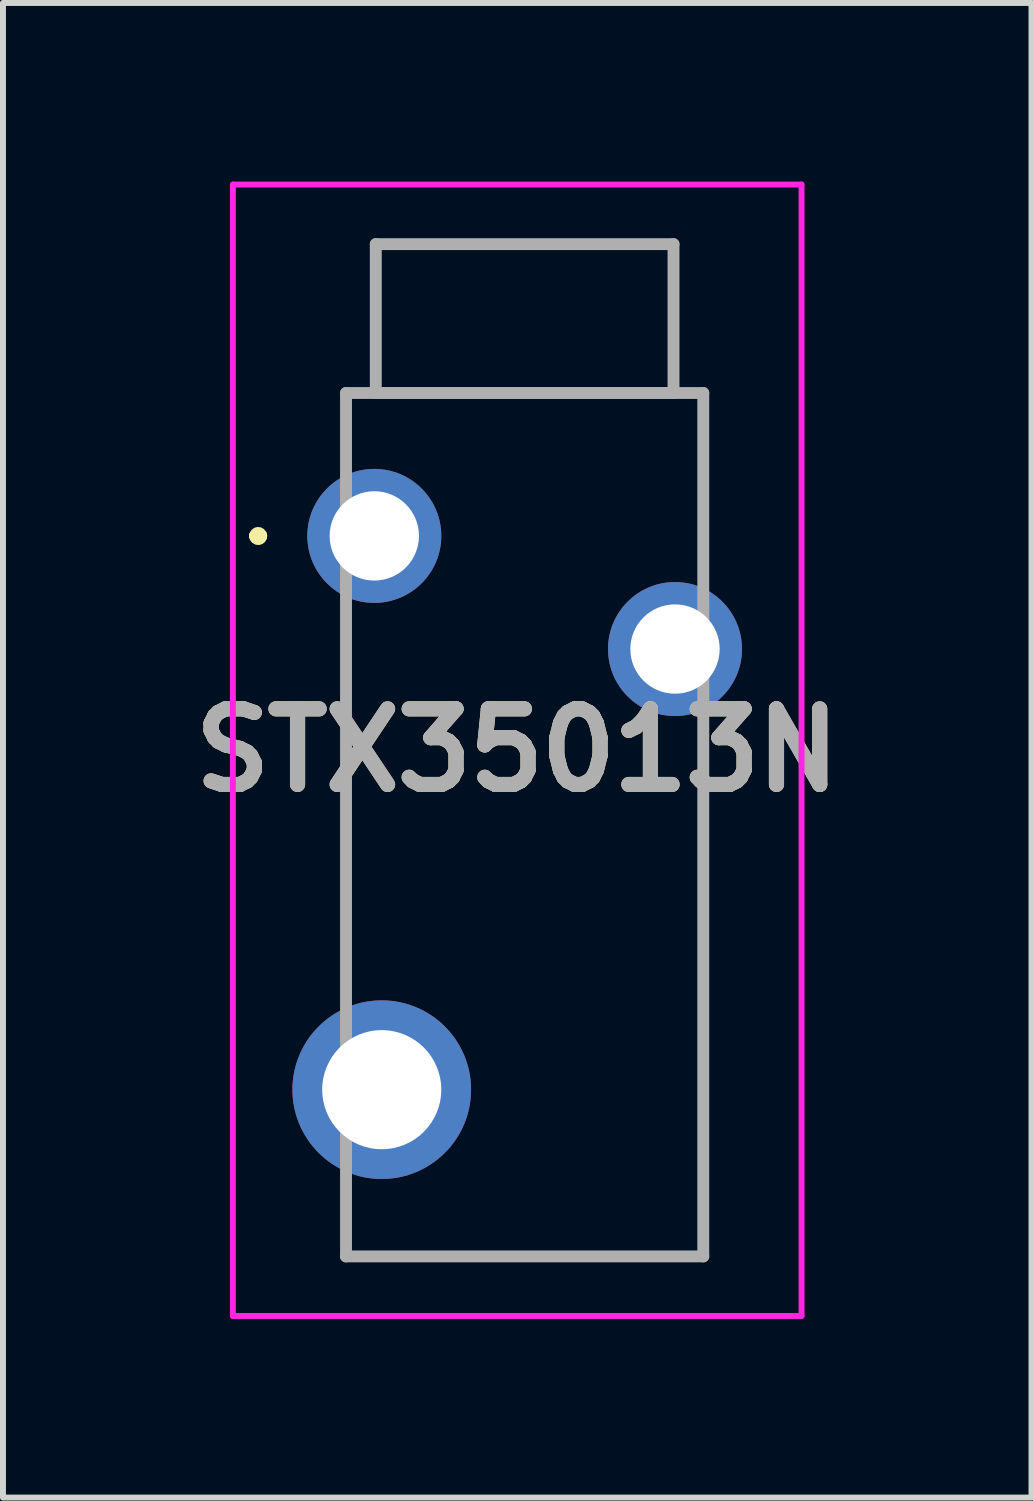
<source format=kicad_pcb>
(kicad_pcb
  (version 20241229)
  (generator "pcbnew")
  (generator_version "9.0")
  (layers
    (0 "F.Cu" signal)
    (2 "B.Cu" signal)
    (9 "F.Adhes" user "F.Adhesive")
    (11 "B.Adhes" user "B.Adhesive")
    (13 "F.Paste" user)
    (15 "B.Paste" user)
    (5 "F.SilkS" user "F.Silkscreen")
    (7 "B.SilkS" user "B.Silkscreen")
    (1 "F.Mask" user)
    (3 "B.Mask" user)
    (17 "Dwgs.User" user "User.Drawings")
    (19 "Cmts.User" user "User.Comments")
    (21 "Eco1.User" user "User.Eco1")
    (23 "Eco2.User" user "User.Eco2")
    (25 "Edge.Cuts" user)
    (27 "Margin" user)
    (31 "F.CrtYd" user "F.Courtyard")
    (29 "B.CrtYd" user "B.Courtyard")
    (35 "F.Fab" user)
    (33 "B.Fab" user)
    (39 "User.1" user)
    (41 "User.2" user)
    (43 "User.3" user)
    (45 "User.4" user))
  (footprint "STX35013N"
    (layer "F.Cu")
    (at 3.236 5.95)
    (property "Reference" "STX35013N" (at 2.4 3.6 0) (layer "F.SilkS") (effects (font (size 1.27 1.27) (thickness 0.254))))
    (attr through_hole)
    (fp_line (start -2 0) (end -2 0) (stroke (width 0.2) (type solid)) (layer "F.SilkS"))
    (fp_line (start -2 0) (end -2 0) (stroke (width 0.2) (type solid)) (layer "F.SilkS"))
    (fp_line (start -1.9 0) (end -1.9 0) (stroke (width 0.2) (type solid)) (layer "F.SilkS"))
    (fp_line (start -0.475 -2.4) (end -0.475 -2.4) (stroke (width 0.1) (type solid)) (layer "F.SilkS"))
    (fp_line (start -0.475 -2.4) (end -0.475 -2.4) (stroke (width 0.1) (type solid)) (layer "F.SilkS"))
    (fp_line (start -0.475 -2.4) (end -0.475 -1.4) (stroke (width 0.1) (type solid)) (layer "F.SilkS"))
    (fp_line (start -0.475 -2.4) (end 0 -2.4) (stroke (width 0.1) (type solid)) (layer "F.SilkS"))
    (fp_line (start -0.475 -1.4) (end -0.475 -2.4) (stroke (width 0.1) (type solid)) (layer "F.SilkS"))
    (fp_line (start -0.475 -1.4) (end -0.475 -1.4) (stroke (width 0.1) (type solid)) (layer "F.SilkS"))
    (fp_line (start -0.475 1.6) (end -0.475 1.6) (stroke (width 0.1) (type solid)) (layer "F.SilkS"))
    (fp_line (start -0.475 1.6) (end -0.475 7.35) (stroke (width 0.1) (type solid)) (layer "F.SilkS"))
    (fp_line (start -0.475 7.35) (end -0.475 1.6) (stroke (width 0.1) (type solid)) (layer "F.SilkS"))
    (fp_line (start -0.475 7.35) (end -0.475 7.35) (stroke (width 0.1) (type solid)) (layer "F.SilkS"))
    (fp_line (start -0.475 11.1) (end -0.475 11.1) (stroke (width 0.1) (type solid)) (layer "F.SilkS"))
    (fp_line (start -0.475 11.1) (end -0.475 12.1) (stroke (width 0.1) (type solid)) (layer "F.SilkS"))
    (fp_line (start -0.475 12.1) (end -0.475 11.1) (stroke (width 0.1) (type solid)) (layer "F.SilkS"))
    (fp_line (start -0.475 12.1) (end -0.475 12.1) (stroke (width 0.1) (type solid)) (layer "F.SilkS"))
    (fp_line (start -0.475 12.1) (end -0.475 12.1) (stroke (width 0.1) (type solid)) (layer "F.SilkS"))
    (fp_line (start -0.475 12.1) (end 5.525 12.1) (stroke (width 0.1) (type solid)) (layer "F.SilkS"))
    (fp_line (start 0 -4.9) (end 0 -2.4) (stroke (width 0.1) (type solid)) (layer "F.SilkS"))
    (fp_line (start 0 -2.4) (end -0.475 -2.4) (stroke (width 0.1) (type solid)) (layer "F.SilkS"))
    (fp_line (start 0 -2.4) (end 0 -2.4) (stroke (width 0.1) (type solid)) (layer "F.SilkS"))
    (fp_line (start 0 -2.4) (end 5.025 -2.4) (stroke (width 0.1) (type solid)) (layer "F.SilkS"))
    (fp_line (start 5.025 -4.9) (end 0 -4.9) (stroke (width 0.1) (type solid)) (layer "F.SilkS"))
    (fp_line (start 5.025 -2.4) (end 5.025 -4.9) (stroke (width 0.1) (type solid)) (layer "F.SilkS"))
    (fp_line (start 5.05 -2.4) (end 5.05 -2.4) (stroke (width 0.1) (type solid)) (layer "F.SilkS"))
    (fp_line (start 5.05 -2.4) (end 5.525 -2.4) (stroke (width 0.1) (type solid)) (layer "F.SilkS"))
    (fp_line (start 5.525 -2.4) (end 5.05 -2.4) (stroke (width 0.1) (type solid)) (layer "F.SilkS"))
    (fp_line (start 5.525 -2.4) (end 5.525 -2.4) (stroke (width 0.1) (type solid)) (layer "F.SilkS"))
    (fp_line (start 5.525 -2.4) (end 5.525 -2.4) (stroke (width 0.1) (type solid)) (layer "F.SilkS"))
    (fp_line (start 5.525 -2.4) (end 5.525 0.35) (stroke (width 0.1) (type solid)) (layer "F.SilkS"))
    (fp_line (start 5.525 0.35) (end 5.525 -2.4) (stroke (width 0.1) (type solid)) (layer "F.SilkS"))
    (fp_line (start 5.525 0.35) (end 5.525 0.35) (stroke (width 0.1) (type solid)) (layer "F.SilkS"))
    (fp_line (start 5.525 3.35) (end 5.525 3.35) (stroke (width 0.1) (type solid)) (layer "F.SilkS"))
    (fp_line (start 5.525 3.35) (end 5.525 12.1) (stroke (width 0.1) (type solid)) (layer "F.SilkS"))
    (fp_line (start 5.525 12.1) (end -0.475 12.1) (stroke (width 0.1) (type solid)) (layer "F.SilkS"))
    (fp_line (start 5.525 12.1) (end 5.525 3.35) (stroke (width 0.1) (type solid)) (layer "F.SilkS"))
    (fp_line (start 5.525 12.1) (end 5.525 12.1) (stroke (width 0.1) (type solid)) (layer "F.SilkS"))
    (fp_line (start 5.525 12.1) (end 5.525 12.1) (stroke (width 0.1) (type solid)) (layer "F.SilkS"))
    (fp_arc (start -2 0) (mid -1.95 -0.05) (end -1.9 0) (stroke (width 0.2) (type solid)) (layer "F.SilkS"))
    (fp_arc (start -1.9 0) (mid -1.95 0.05) (end -2 0) (stroke (width 0.2) (type solid)) (layer "F.SilkS"))
    (fp_arc (start -1.9 0) (mid -1.95 0.05) (end -2 0) (stroke (width 0.2) (type solid)) (layer "F.SilkS"))
    (fp_line (start -2.375 -5.9) (end 7.175 -5.9) (stroke (width 0.1) (type solid)) (layer "F.CrtYd"))
    (fp_line (start -2.375 13.1) (end -2.375 -5.9) (stroke (width 0.1) (type solid)) (layer "F.CrtYd"))
    (fp_line (start 7.175 -5.9) (end 7.175 13.1) (stroke (width 0.1) (type solid)) (layer "F.CrtYd"))
    (fp_line (start 7.175 13.1) (end -2.375 13.1) (stroke (width 0.1) (type solid)) (layer "F.CrtYd"))
    (fp_line (start -0.475 -2.4) (end -0.475 12.1) (stroke (width 0.2) (type solid)) (layer "F.Fab"))
    (fp_line (start -0.475 12.1) (end 5.525 12.1) (stroke (width 0.2) (type solid)) (layer "F.Fab"))
    (fp_line (start 0.025 -4.9) (end 0.025 -2.4) (stroke (width 0.2) (type solid)) (layer "F.Fab"))
    (fp_line (start 0.025 -2.4) (end 5.025 -2.4) (stroke (width 0.2) (type solid)) (layer "F.Fab"))
    (fp_line (start 5.025 -4.9) (end 0.025 -4.9) (stroke (width 0.2) (type solid)) (layer "F.Fab"))
    (fp_line (start 5.025 -2.4) (end 5.025 -4.9) (stroke (width 0.2) (type solid)) (layer "F.Fab"))
    (fp_line (start 5.525 -2.4) (end -0.475 -2.4) (stroke (width 0.2) (type solid)) (layer "F.Fab"))
    (fp_line (start 5.525 12.1) (end 5.525 -2.4) (stroke (width 0.2) (type solid)) (layer "F.Fab"))
    (fp_text user "${REFERENCE}" (at 2.4 3.6 0) (layer "F.Fab") (effects (font (size 1.27 1.27) (thickness 0.254))))
    (pad "" np_thru_hole circle (at 2.525 1.1) (size 0.001 0.001) (drill 1.6) (layers "*.Cu" "*.Mask"))
    (pad "" np_thru_hole circle (at 2.525 8.1) (size 0.001 0.001) (drill 1.6) (layers "*.Cu" "*.Mask"))
    (pad "1" thru_hole circle (at 0 0) (size 2.25 2.25) (drill 1.5) (layers "*.Cu" "*.Mask"))
    (pad "2" thru_hole circle (at 0.125 9.3) (size 3 3) (drill 2) (layers "*.Cu" "*.Mask"))
    (pad "3" thru_hole circle (at 5.05 1.9) (size 2.25 2.25) (drill 1.5) (layers "*.Cu" "*.Mask")))
  (gr_rect
    (start -3 -3)
    (end 14.273 22.1)
    (stroke (width 0.1) (type default))
    (fill no)
    (layer "Edge.Cuts")))
</source>
